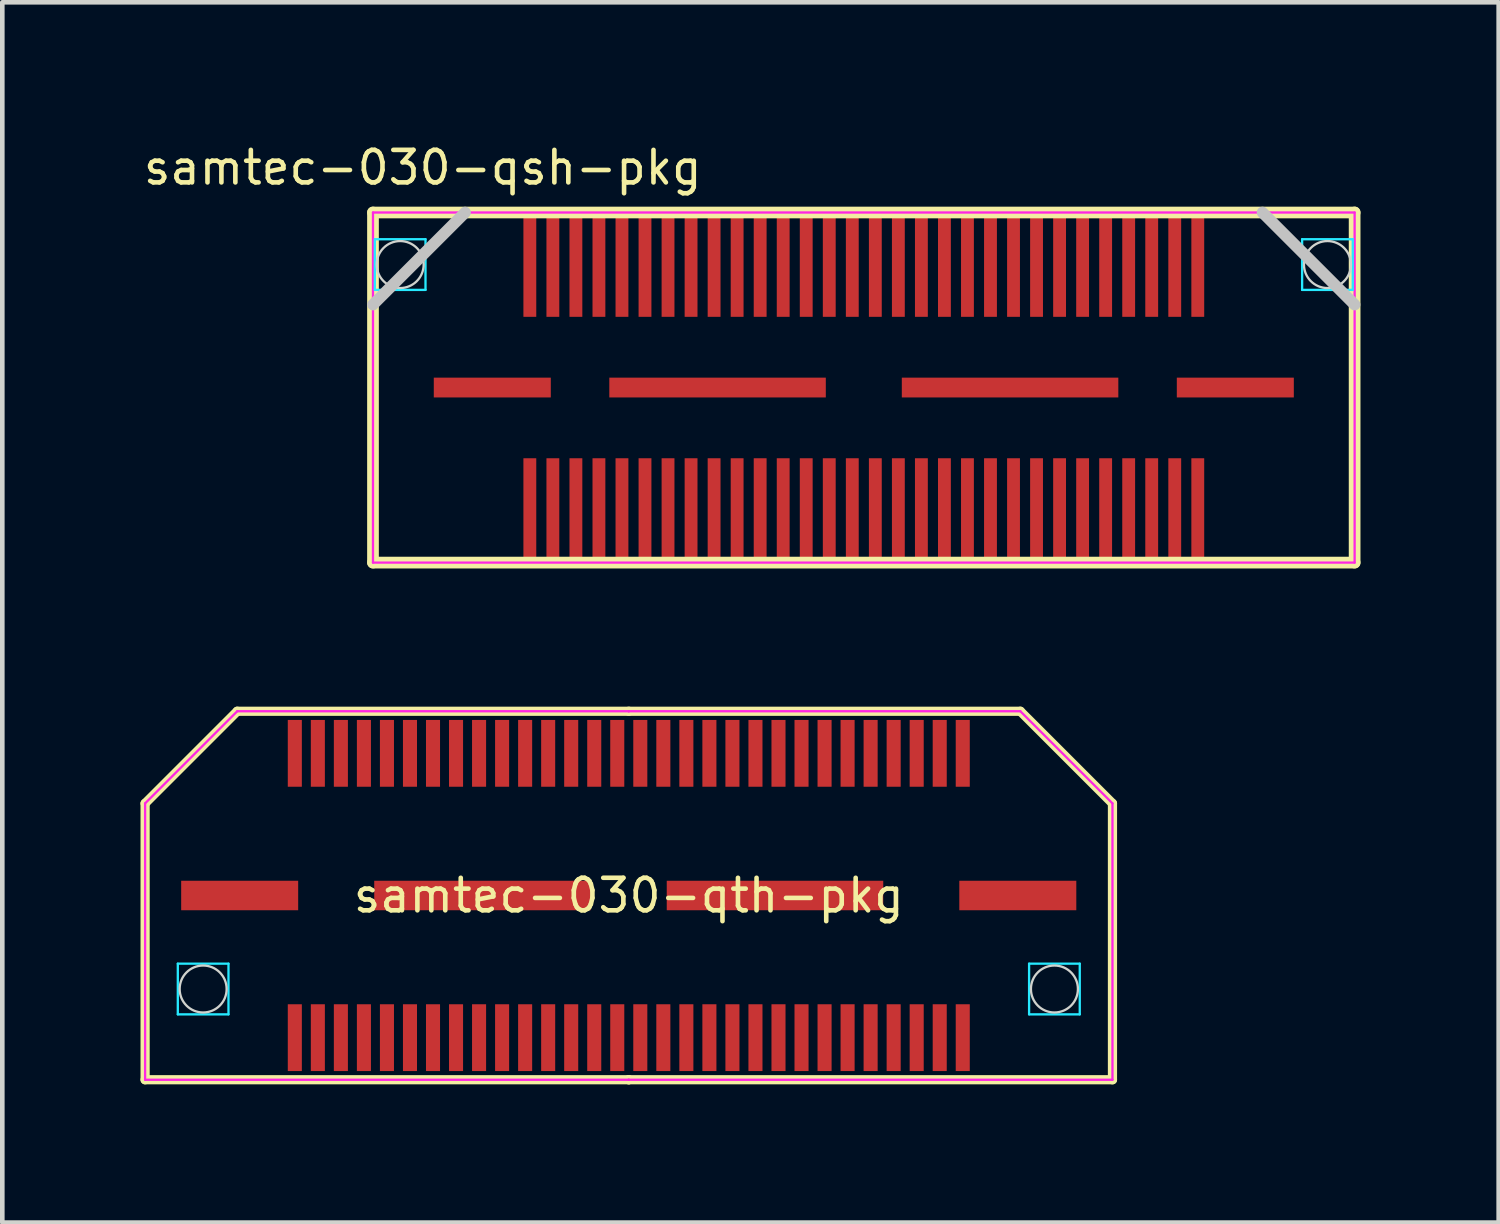
<source format=kicad_pcb>
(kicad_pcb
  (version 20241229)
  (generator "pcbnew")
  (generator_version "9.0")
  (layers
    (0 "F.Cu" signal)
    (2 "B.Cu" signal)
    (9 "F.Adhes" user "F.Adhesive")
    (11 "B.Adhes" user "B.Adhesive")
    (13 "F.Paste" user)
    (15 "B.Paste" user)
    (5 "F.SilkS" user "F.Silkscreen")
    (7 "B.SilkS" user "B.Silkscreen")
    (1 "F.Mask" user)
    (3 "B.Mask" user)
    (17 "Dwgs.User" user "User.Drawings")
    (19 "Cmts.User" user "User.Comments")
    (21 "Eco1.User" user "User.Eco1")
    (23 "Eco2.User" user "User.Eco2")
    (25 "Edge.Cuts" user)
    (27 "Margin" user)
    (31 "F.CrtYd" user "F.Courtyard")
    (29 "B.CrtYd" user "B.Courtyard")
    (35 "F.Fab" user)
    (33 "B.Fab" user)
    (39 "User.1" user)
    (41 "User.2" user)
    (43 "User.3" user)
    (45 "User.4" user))
  (footprint "samtec-030-qth-pkg"
    (layer "F.Cu")
    (at 10.6 16.39)
    (property "Reference" "samtec-030-qth-pkg" (at 0 0 0) (layer "F.SilkS") (effects (font (size 0.706 0.706) (thickness 0.1))))
    (attr through_hole)
    (fp_line (start -10.5 -2) (end -10.5 4) (stroke (width 0.2) (type solid)) (layer "F.SilkS"))
    (fp_line (start -10.5 4) (end 0 4) (stroke (width 0.2) (type solid)) (layer "F.SilkS"))
    (fp_line (start -8.5 -4) (end -10.5 -2) (stroke (width 0.2) (type solid)) (layer "F.SilkS"))
    (fp_line (start 0 -4) (end -8.5 -4) (stroke (width 0.2) (type solid)) (layer "F.SilkS"))
    (fp_line (start 0 4) (end 0 4) (stroke (width 0.2) (type solid)) (layer "F.SilkS"))
    (fp_line (start 0 4) (end 10.5 4) (stroke (width 0.2) (type solid)) (layer "F.SilkS"))
    (fp_line (start 8.5 -4) (end 0 -4) (stroke (width 0.2) (type solid)) (layer "F.SilkS"))
    (fp_line (start 10.5 -2) (end 8.5 -4) (stroke (width 0.2) (type solid)) (layer "F.SilkS"))
    (fp_line (start 10.5 4) (end 10.5 -2) (stroke (width 0.2) (type solid)) (layer "F.SilkS"))
    (fp_circle (center -9.24 2.03) (end -8.73 2.03) (stroke (width 0.05) (type solid)) (fill no) (layer "Edge.Cuts"))
    (fp_circle (center 9.24 2.03) (end 9.75 2.03) (stroke (width 0.05) (type solid)) (fill no) (layer "Edge.Cuts"))
    (fp_line (start -9.79 1.48) (end -9.79 2.58) (stroke (width 0.05) (type solid)) (layer "B.CrtYd"))
    (fp_line (start -9.79 2.58) (end -8.69 2.58) (stroke (width 0.05) (type solid)) (layer "B.CrtYd"))
    (fp_line (start -8.69 1.48) (end -9.79 1.48) (stroke (width 0.05) (type solid)) (layer "B.CrtYd"))
    (fp_line (start -8.69 2.58) (end -8.69 1.48) (stroke (width 0.05) (type solid)) (layer "B.CrtYd"))
    (fp_line (start 8.69 1.48) (end 9.79 1.48) (stroke (width 0.05) (type solid)) (layer "B.CrtYd"))
    (fp_line (start 8.69 2.58) (end 8.69 1.48) (stroke (width 0.05) (type solid)) (layer "B.CrtYd"))
    (fp_line (start 9.79 1.48) (end 9.79 2.58) (stroke (width 0.05) (type solid)) (layer "B.CrtYd"))
    (fp_line (start 9.79 2.58) (end 8.69 2.58) (stroke (width 0.05) (type solid)) (layer "B.CrtYd"))
    (fp_line (start -10.5 -2) (end -10.5 4) (stroke (width 0.05) (type solid)) (layer "F.CrtYd"))
    (fp_line (start -10.5 4) (end 0 4) (stroke (width 0.05) (type solid)) (layer "F.CrtYd"))
    (fp_line (start -8.5 -4) (end -10.5 -2) (stroke (width 0.05) (type solid)) (layer "F.CrtYd"))
    (fp_line (start 0 -4) (end -8.5 -4) (stroke (width 0.05) (type solid)) (layer "F.CrtYd"))
    (fp_line (start 0 -4) (end 0 -4) (stroke (width 0.05) (type solid)) (layer "F.CrtYd"))
    (fp_line (start 0 4) (end 0 4) (stroke (width 0.05) (type solid)) (layer "F.CrtYd"))
    (fp_line (start 0 4) (end 10.5 4) (stroke (width 0.05) (type solid)) (layer "F.CrtYd"))
    (fp_line (start 8.5 -4) (end 0 -4) (stroke (width 0.05) (type solid)) (layer "F.CrtYd"))
    (fp_line (start 10.5 -2) (end 8.5 -4) (stroke (width 0.05) (type solid)) (layer "F.CrtYd"))
    (fp_line (start 10.5 4) (end 10.5 -2) (stroke (width 0.05) (type solid)) (layer "F.CrtYd"))
    (pad "1" smd rect (at 7.25 3.086) (size 0.305 1.45) (layers "F.Cu" "F.Mask" "F.Paste"))
    (pad "2" smd rect (at 7.25 -3.086) (size 0.305 1.45) (layers "F.Cu" "F.Mask" "F.Paste"))
    (pad "3" smd rect (at 6.75 3.086) (size 0.305 1.45) (layers "F.Cu" "F.Mask" "F.Paste"))
    (pad "4" smd rect (at 6.75 -3.086) (size 0.305 1.45) (layers "F.Cu" "F.Mask" "F.Paste"))
    (pad "5" smd rect (at 6.25 3.086) (size 0.305 1.45) (layers "F.Cu" "F.Mask" "F.Paste"))
    (pad "6" smd rect (at 6.25 -3.086) (size 0.305 1.45) (layers "F.Cu" "F.Mask" "F.Paste"))
    (pad "7" smd rect (at 5.75 3.086) (size 0.305 1.45) (layers "F.Cu" "F.Mask" "F.Paste"))
    (pad "8" smd rect (at 5.75 -3.086) (size 0.305 1.45) (layers "F.Cu" "F.Mask" "F.Paste"))
    (pad "9" smd rect (at 5.25 3.086) (size 0.305 1.45) (layers "F.Cu" "F.Mask" "F.Paste"))
    (pad "10" smd rect (at 5.25 -3.086) (size 0.305 1.45) (layers "F.Cu" "F.Mask" "F.Paste"))
    (pad "11" smd rect (at 4.75 3.086) (size 0.305 1.45) (layers "F.Cu" "F.Mask" "F.Paste"))
    (pad "12" smd rect (at 4.75 -3.086) (size 0.305 1.45) (layers "F.Cu" "F.Mask" "F.Paste"))
    (pad "13" smd rect (at 4.25 3.086) (size 0.305 1.45) (layers "F.Cu" "F.Mask" "F.Paste"))
    (pad "14" smd rect (at 4.25 -3.086) (size 0.305 1.45) (layers "F.Cu" "F.Mask" "F.Paste"))
    (pad "15" smd rect (at 3.75 3.086) (size 0.305 1.45) (layers "F.Cu" "F.Mask" "F.Paste"))
    (pad "16" smd rect (at 3.75 -3.086) (size 0.305 1.45) (layers "F.Cu" "F.Mask" "F.Paste"))
    (pad "17" smd rect (at 3.25 3.086) (size 0.305 1.45) (layers "F.Cu" "F.Mask" "F.Paste"))
    (pad "18" smd rect (at 3.25 -3.086) (size 0.305 1.45) (layers "F.Cu" "F.Mask" "F.Paste"))
    (pad "19" smd rect (at 2.75 3.086) (size 0.305 1.45) (layers "F.Cu" "F.Mask" "F.Paste"))
    (pad "20" smd rect (at 2.75 -3.086) (size 0.305 1.45) (layers "F.Cu" "F.Mask" "F.Paste"))
    (pad "21" smd rect (at 2.25 3.086) (size 0.305 1.45) (layers "F.Cu" "F.Mask" "F.Paste"))
    (pad "22" smd rect (at 2.25 -3.086) (size 0.305 1.45) (layers "F.Cu" "F.Mask" "F.Paste"))
    (pad "23" smd rect (at 1.75 3.086) (size 0.305 1.45) (layers "F.Cu" "F.Mask" "F.Paste"))
    (pad "24" smd rect (at 1.75 -3.086) (size 0.305 1.45) (layers "F.Cu" "F.Mask" "F.Paste"))
    (pad "25" smd rect (at 1.25 3.086) (size 0.305 1.45) (layers "F.Cu" "F.Mask" "F.Paste"))
    (pad "26" smd rect (at 1.25 -3.086) (size 0.305 1.45) (layers "F.Cu" "F.Mask" "F.Paste"))
    (pad "27" smd rect (at 0.75 3.086) (size 0.305 1.45) (layers "F.Cu" "F.Mask" "F.Paste"))
    (pad "28" smd rect (at 0.75 -3.086) (size 0.305 1.45) (layers "F.Cu" "F.Mask" "F.Paste"))
    (pad "29" smd rect (at 0.25 3.086) (size 0.305 1.45) (layers "F.Cu" "F.Mask" "F.Paste"))
    (pad "30" smd rect (at 0.25 -3.086) (size 0.305 1.45) (layers "F.Cu" "F.Mask" "F.Paste"))
    (pad "31" smd rect (at -0.25 3.086) (size 0.305 1.45) (layers "F.Cu" "F.Mask" "F.Paste"))
    (pad "32" smd rect (at -0.25 -3.086) (size 0.305 1.45) (layers "F.Cu" "F.Mask" "F.Paste"))
    (pad "33" smd rect (at -0.75 3.086) (size 0.305 1.45) (layers "F.Cu" "F.Mask" "F.Paste"))
    (pad "34" smd rect (at -0.75 -3.086) (size 0.305 1.45) (layers "F.Cu" "F.Mask" "F.Paste"))
    (pad "35" smd rect (at -1.25 3.086) (size 0.305 1.45) (layers "F.Cu" "F.Mask" "F.Paste"))
    (pad "36" smd rect (at -1.25 -3.086) (size 0.305 1.45) (layers "F.Cu" "F.Mask" "F.Paste"))
    (pad "37" smd rect (at -1.75 3.086) (size 0.305 1.45) (layers "F.Cu" "F.Mask" "F.Paste"))
    (pad "38" smd rect (at -1.75 -3.086) (size 0.305 1.45) (layers "F.Cu" "F.Mask" "F.Paste"))
    (pad "39" smd rect (at -2.25 3.086) (size 0.305 1.45) (layers "F.Cu" "F.Mask" "F.Paste"))
    (pad "40" smd rect (at -2.25 -3.086) (size 0.305 1.45) (layers "F.Cu" "F.Mask" "F.Paste"))
    (pad "41" smd rect (at -2.75 3.086) (size 0.305 1.45) (layers "F.Cu" "F.Mask" "F.Paste"))
    (pad "42" smd rect (at -2.75 -3.086) (size 0.305 1.45) (layers "F.Cu" "F.Mask" "F.Paste"))
    (pad "43" smd rect (at -3.25 3.086) (size 0.305 1.45) (layers "F.Cu" "F.Mask" "F.Paste"))
    (pad "44" smd rect (at -3.25 -3.086) (size 0.305 1.45) (layers "F.Cu" "F.Mask" "F.Paste"))
    (pad "45" smd rect (at -3.75 3.086) (size 0.305 1.45) (layers "F.Cu" "F.Mask" "F.Paste"))
    (pad "46" smd rect (at -3.75 -3.086) (size 0.305 1.45) (layers "F.Cu" "F.Mask" "F.Paste"))
    (pad "47" smd rect (at -4.25 3.086) (size 0.305 1.45) (layers "F.Cu" "F.Mask" "F.Paste"))
    (pad "48" smd rect (at -4.25 -3.086) (size 0.305 1.45) (layers "F.Cu" "F.Mask" "F.Paste"))
    (pad "49" smd rect (at -4.75 3.086) (size 0.305 1.45) (layers "F.Cu" "F.Mask" "F.Paste"))
    (pad "50" smd rect (at -4.75 -3.086) (size 0.305 1.45) (layers "F.Cu" "F.Mask" "F.Paste"))
    (pad "51" smd rect (at -5.25 3.086) (size 0.305 1.45) (layers "F.Cu" "F.Mask" "F.Paste"))
    (pad "52" smd rect (at -5.25 -3.086) (size 0.305 1.45) (layers "F.Cu" "F.Mask" "F.Paste"))
    (pad "53" smd rect (at -5.75 3.086) (size 0.305 1.45) (layers "F.Cu" "F.Mask" "F.Paste"))
    (pad "54" smd rect (at -5.75 -3.086) (size 0.305 1.45) (layers "F.Cu" "F.Mask" "F.Paste"))
    (pad "55" smd rect (at -6.25 3.086) (size 0.305 1.45) (layers "F.Cu" "F.Mask" "F.Paste"))
    (pad "56" smd rect (at -6.25 -3.086) (size 0.305 1.45) (layers "F.Cu" "F.Mask" "F.Paste"))
    (pad "57" smd rect (at -6.75 3.086) (size 0.305 1.45) (layers "F.Cu" "F.Mask" "F.Paste"))
    (pad "58" smd rect (at -6.75 -3.086) (size 0.305 1.45) (layers "F.Cu" "F.Mask" "F.Paste"))
    (pad "59" smd rect (at -7.25 3.086) (size 0.305 1.45) (layers "F.Cu" "F.Mask" "F.Paste"))
    (pad "60" smd rect (at -7.25 -3.086) (size 0.305 1.45) (layers "F.Cu" "F.Mask" "F.Paste"))
    (pad "61" smd rect (at -8.447 0) (size 2.54 0.64) (layers "F.Cu" "F.Mask" "F.Paste"))
    (pad "61" smd rect (at -3.176 0) (size 4.7 0.64) (layers "F.Cu" "F.Mask" "F.Paste"))
    (pad "61" smd rect (at 3.174 0) (size 4.7 0.64) (layers "F.Cu" "F.Mask" "F.Paste"))
    (pad "61" smd rect (at 8.445 0) (size 2.54 0.64) (layers "F.Cu" "F.Mask" "F.Paste")))
  (footprint "samtec-030-qsh-pkg"
    (layer "F.Cu")
    (at 15.702 5.363)
    (property "Reference" "samtec-030-qsh-pkg" (at -9.575 -4.775 180) (layer "F.SilkS") (effects (font (size 0.706 0.706) (thickness 0.1))))
    (attr smd)
    (fp_line (start -10.655 -3.8) (end -10.655 3.8) (stroke (width 0.254) (type solid)) (layer "F.SilkS"))
    (fp_line (start -10.655 3.8) (end 10.655 3.8) (stroke (width 0.254) (type solid)) (layer "F.SilkS"))
    (fp_line (start 10.655 -3.8) (end -10.655 -3.8) (stroke (width 0.254) (type solid)) (layer "F.SilkS"))
    (fp_line (start 10.655 3.8) (end 10.655 -3.8) (stroke (width 0.254) (type solid)) (layer "F.SilkS"))
    (fp_line (start -10.655 -1.8) (end -8.655 -3.8) (stroke (width 0.25) (type solid)) (layer "Dwgs.User"))
    (fp_line (start 10.655 -1.8) (end 8.655 -3.8) (stroke (width 0.25) (type solid)) (layer "Dwgs.User"))
    (fp_circle (center -10.065 -2.67) (end -9.555 -2.67) (stroke (width 0.05) (type solid)) (fill no) (layer "Edge.Cuts"))
    (fp_circle (center 10.065 -2.67) (end 10.575 -2.67) (stroke (width 0.05) (type solid)) (fill no) (layer "Edge.Cuts"))
    (fp_line (start -10.615 -3.22) (end -9.515 -3.22) (stroke (width 0.05) (type solid)) (layer "B.CrtYd"))
    (fp_line (start -10.615 -2.12) (end -10.615 -3.22) (stroke (width 0.05) (type solid)) (layer "B.CrtYd"))
    (fp_line (start -9.515 -3.22) (end -9.515 -2.12) (stroke (width 0.05) (type solid)) (layer "B.CrtYd"))
    (fp_line (start -9.515 -2.12) (end -10.615 -2.12) (stroke (width 0.05) (type solid)) (layer "B.CrtYd"))
    (fp_line (start 9.515 -3.22) (end 9.515 -2.12) (stroke (width 0.05) (type solid)) (layer "B.CrtYd"))
    (fp_line (start 9.515 -2.12) (end 10.615 -2.12) (stroke (width 0.05) (type solid)) (layer "B.CrtYd"))
    (fp_line (start 10.615 -3.22) (end 9.515 -3.22) (stroke (width 0.05) (type solid)) (layer "B.CrtYd"))
    (fp_line (start 10.615 -2.12) (end 10.615 -3.22) (stroke (width 0.05) (type solid)) (layer "B.CrtYd"))
    (fp_line (start -10.655 -3.8) (end -10.655 3.8) (stroke (width 0.05) (type solid)) (layer "F.CrtYd"))
    (fp_line (start -10.655 3.8) (end 10.655 3.8) (stroke (width 0.05) (type solid)) (layer "F.CrtYd"))
    (fp_line (start 10.655 -3.8) (end -10.655 -3.8) (stroke (width 0.05) (type solid)) (layer "F.CrtYd"))
    (fp_line (start 10.655 3.8) (end 10.655 -3.8) (stroke (width 0.05) (type solid)) (layer "F.CrtYd"))
    (pad "1" smd rect (at -7.25 2.67) (size 0.279 2.27) (layers "F.Cu" "F.Mask" "F.Paste"))
    (pad "2" smd rect (at -7.25 -2.67) (size 0.279 2.27) (layers "F.Cu" "F.Mask" "F.Paste"))
    (pad "3" smd rect (at -6.75 2.67) (size 0.279 2.27) (layers "F.Cu" "F.Mask" "F.Paste"))
    (pad "4" smd rect (at -6.75 -2.67) (size 0.279 2.27) (layers "F.Cu" "F.Mask" "F.Paste"))
    (pad "5" smd rect (at -6.25 2.67) (size 0.279 2.27) (layers "F.Cu" "F.Mask" "F.Paste"))
    (pad "6" smd rect (at -6.25 -2.67) (size 0.279 2.27) (layers "F.Cu" "F.Mask" "F.Paste"))
    (pad "7" smd rect (at -5.75 2.67) (size 0.279 2.27) (layers "F.Cu" "F.Mask" "F.Paste"))
    (pad "8" smd rect (at -5.75 -2.67) (size 0.279 2.27) (layers "F.Cu" "F.Mask" "F.Paste"))
    (pad "9" smd rect (at -5.25 2.67) (size 0.279 2.27) (layers "F.Cu" "F.Mask" "F.Paste"))
    (pad "10" smd rect (at -5.25 -2.67) (size 0.279 2.27) (layers "F.Cu" "F.Mask" "F.Paste"))
    (pad "11" smd rect (at -4.75 2.67) (size 0.279 2.27) (layers "F.Cu" "F.Mask" "F.Paste"))
    (pad "12" smd rect (at -4.75 -2.67) (size 0.279 2.27) (layers "F.Cu" "F.Mask" "F.Paste"))
    (pad "13" smd rect (at -4.25 2.67) (size 0.279 2.27) (layers "F.Cu" "F.Mask" "F.Paste"))
    (pad "14" smd rect (at -4.25 -2.67) (size 0.279 2.27) (layers "F.Cu" "F.Mask" "F.Paste"))
    (pad "15" smd rect (at -3.75 2.67) (size 0.279 2.27) (layers "F.Cu" "F.Mask" "F.Paste"))
    (pad "16" smd rect (at -3.75 -2.67) (size 0.279 2.27) (layers "F.Cu" "F.Mask" "F.Paste"))
    (pad "17" smd rect (at -3.25 2.67) (size 0.279 2.27) (layers "F.Cu" "F.Mask" "F.Paste"))
    (pad "18" smd rect (at -3.25 -2.67) (size 0.279 2.27) (layers "F.Cu" "F.Mask" "F.Paste"))
    (pad "19" smd rect (at -2.75 2.67) (size 0.279 2.27) (layers "F.Cu" "F.Mask" "F.Paste"))
    (pad "20" smd rect (at -2.75 -2.67) (size 0.279 2.27) (layers "F.Cu" "F.Mask" "F.Paste"))
    (pad "21" smd rect (at -2.25 2.67) (size 0.279 2.27) (layers "F.Cu" "F.Mask" "F.Paste"))
    (pad "22" smd rect (at -2.25 -2.67) (size 0.279 2.27) (layers "F.Cu" "F.Mask" "F.Paste"))
    (pad "23" smd rect (at -1.75 2.67) (size 0.279 2.27) (layers "F.Cu" "F.Mask" "F.Paste"))
    (pad "24" smd rect (at -1.75 -2.67) (size 0.279 2.27) (layers "F.Cu" "F.Mask" "F.Paste"))
    (pad "25" smd rect (at -1.25 2.67) (size 0.279 2.27) (layers "F.Cu" "F.Mask" "F.Paste"))
    (pad "26" smd rect (at -1.25 -2.67) (size 0.279 2.27) (layers "F.Cu" "F.Mask" "F.Paste"))
    (pad "27" smd rect (at -0.75 2.67) (size 0.279 2.27) (layers "F.Cu" "F.Mask" "F.Paste"))
    (pad "28" smd rect (at -0.75 -2.67) (size 0.279 2.27) (layers "F.Cu" "F.Mask" "F.Paste"))
    (pad "29" smd rect (at -0.25 2.67) (size 0.279 2.27) (layers "F.Cu" "F.Mask" "F.Paste"))
    (pad "30" smd rect (at -0.25 -2.67) (size 0.279 2.27) (layers "F.Cu" "F.Mask" "F.Paste"))
    (pad "31" smd rect (at 0.25 2.67) (size 0.279 2.27) (layers "F.Cu" "F.Mask" "F.Paste"))
    (pad "32" smd rect (at 0.25 -2.67) (size 0.279 2.27) (layers "F.Cu" "F.Mask" "F.Paste"))
    (pad "33" smd rect (at 0.75 2.67) (size 0.279 2.27) (layers "F.Cu" "F.Mask" "F.Paste"))
    (pad "34" smd rect (at 0.75 -2.67) (size 0.279 2.27) (layers "F.Cu" "F.Mask" "F.Paste"))
    (pad "35" smd rect (at 1.25 2.67) (size 0.279 2.27) (layers "F.Cu" "F.Mask" "F.Paste"))
    (pad "36" smd rect (at 1.25 -2.67) (size 0.279 2.27) (layers "F.Cu" "F.Mask" "F.Paste"))
    (pad "37" smd rect (at 1.75 2.67) (size 0.279 2.27) (layers "F.Cu" "F.Mask" "F.Paste"))
    (pad "38" smd rect (at 1.75 -2.67) (size 0.279 2.27) (layers "F.Cu" "F.Mask" "F.Paste"))
    (pad "39" smd rect (at 2.25 2.67) (size 0.279 2.27) (layers "F.Cu" "F.Mask" "F.Paste"))
    (pad "40" smd rect (at 2.25 -2.67) (size 0.279 2.27) (layers "F.Cu" "F.Mask" "F.Paste"))
    (pad "41" smd rect (at 2.75 2.67) (size 0.279 2.27) (layers "F.Cu" "F.Mask" "F.Paste"))
    (pad "42" smd rect (at 2.75 -2.67) (size 0.279 2.27) (layers "F.Cu" "F.Mask" "F.Paste"))
    (pad "43" smd rect (at 3.25 2.67) (size 0.279 2.27) (layers "F.Cu" "F.Mask" "F.Paste"))
    (pad "44" smd rect (at 3.25 -2.67) (size 0.279 2.27) (layers "F.Cu" "F.Mask" "F.Paste"))
    (pad "45" smd rect (at 3.75 2.67) (size 0.279 2.27) (layers "F.Cu" "F.Mask" "F.Paste"))
    (pad "46" smd rect (at 3.75 -2.67) (size 0.279 2.27) (layers "F.Cu" "F.Mask" "F.Paste"))
    (pad "47" smd rect (at 4.25 2.67) (size 0.279 2.27) (layers "F.Cu" "F.Mask" "F.Paste"))
    (pad "48" smd rect (at 4.25 -2.67) (size 0.279 2.27) (layers "F.Cu" "F.Mask" "F.Paste"))
    (pad "49" smd rect (at 4.75 2.67) (size 0.279 2.27) (layers "F.Cu" "F.Mask" "F.Paste"))
    (pad "50" smd rect (at 4.75 -2.67) (size 0.279 2.27) (layers "F.Cu" "F.Mask" "F.Paste"))
    (pad "51" smd rect (at 5.25 2.67) (size 0.279 2.27) (layers "F.Cu" "F.Mask" "F.Paste"))
    (pad "52" smd rect (at 5.25 -2.67) (size 0.279 2.27) (layers "F.Cu" "F.Mask" "F.Paste"))
    (pad "53" smd rect (at 5.75 2.67) (size 0.279 2.27) (layers "F.Cu" "F.Mask" "F.Paste"))
    (pad "54" smd rect (at 5.75 -2.67) (size 0.279 2.27) (layers "F.Cu" "F.Mask" "F.Paste"))
    (pad "55" smd rect (at 6.25 2.67) (size 0.279 2.27) (layers "F.Cu" "F.Mask" "F.Paste"))
    (pad "56" smd rect (at 6.25 -2.67) (size 0.279 2.27) (layers "F.Cu" "F.Mask" "F.Paste"))
    (pad "57" smd rect (at 6.75 2.67) (size 0.279 2.27) (layers "F.Cu" "F.Mask" "F.Paste"))
    (pad "58" smd rect (at 6.75 -2.67) (size 0.279 2.27) (layers "F.Cu" "F.Mask" "F.Paste"))
    (pad "59" smd rect (at 7.25 2.67) (size 0.279 2.27) (layers "F.Cu" "F.Mask" "F.Paste"))
    (pad "60" smd rect (at 7.25 -2.67) (size 0.279 2.27) (layers "F.Cu" "F.Mask" "F.Paste"))
    (pad "61" smd rect (at -8.065 0) (size 2.54 0.43) (layers "F.Cu" "F.Mask" "F.Paste"))
    (pad "61" smd rect (at -3.175 0) (size 4.7 0.43) (layers "F.Cu" "F.Mask" "F.Paste"))
    (pad "61" smd rect (at 3.175 0) (size 4.7 0.43) (layers "F.Cu" "F.Mask" "F.Paste"))
    (pad "61" smd rect (at 8.065 0) (size 2.54 0.43) (layers "F.Cu" "F.Mask" "F.Paste")))
  (gr_rect
    (start -3 -3)
    (end 29.484 23.49)
    (stroke (width 0.1) (type default))
    (fill no)
    (layer "Edge.Cuts")))
</source>
